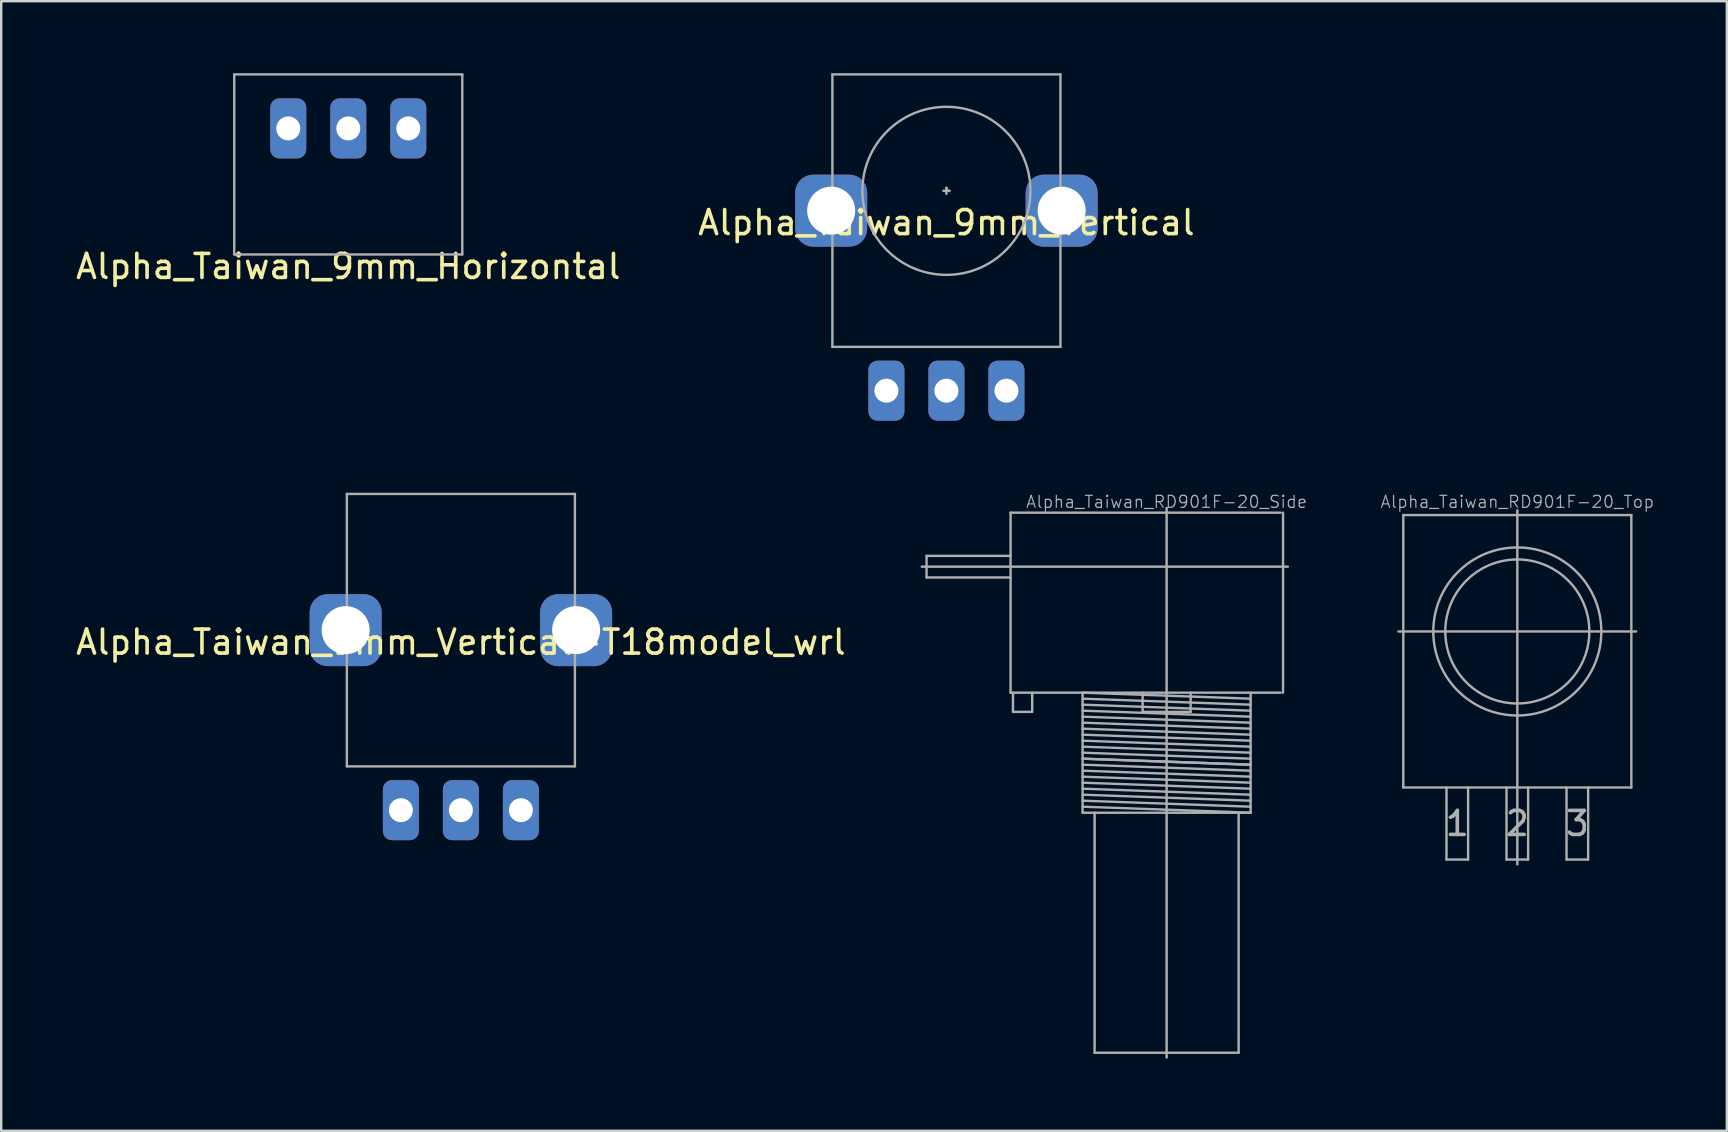
<source format=kicad_pcb>
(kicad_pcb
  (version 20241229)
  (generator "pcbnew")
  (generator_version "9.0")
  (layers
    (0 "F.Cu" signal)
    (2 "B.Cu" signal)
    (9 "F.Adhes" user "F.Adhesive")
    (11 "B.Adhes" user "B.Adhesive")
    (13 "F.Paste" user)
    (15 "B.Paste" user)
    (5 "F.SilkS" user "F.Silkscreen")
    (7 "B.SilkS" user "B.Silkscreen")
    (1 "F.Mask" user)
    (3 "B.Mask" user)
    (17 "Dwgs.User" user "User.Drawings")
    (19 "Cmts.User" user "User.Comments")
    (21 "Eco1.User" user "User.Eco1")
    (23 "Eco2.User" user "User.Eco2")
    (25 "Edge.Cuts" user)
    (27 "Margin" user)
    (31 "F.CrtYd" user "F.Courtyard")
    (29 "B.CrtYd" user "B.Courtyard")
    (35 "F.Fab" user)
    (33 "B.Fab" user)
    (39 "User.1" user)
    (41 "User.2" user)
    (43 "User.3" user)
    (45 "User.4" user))
  (footprint "Alpha_Taiwan_9mm_Vertical-T18model_wrl"
    (layer "F.Cu")
    (at 16.149 23.2)
    (property "Reference" "Alpha_Taiwan_9mm_Vertical-T18model_wrl" (at 0 0.5 0) (layer "F.SilkS") (effects (font (size 1 1) (thickness 0.15))))
    (attr through_hole)
    (fp_line (start -4.75 -5.675) (end 4.75 -5.675) (stroke (width 0.1) (type solid)) (layer "F.Fab"))
    (fp_line (start -4.75 5.675) (end -4.75 -5.675) (stroke (width 0.1) (type solid)) (layer "F.Fab"))
    (fp_line (start 4.75 -5.675) (end 4.75 5.675) (stroke (width 0.1) (type solid)) (layer "F.Fab"))
    (fp_line (start 4.75 5.675) (end -4.75 5.675) (stroke (width 0.1) (type solid)) (layer "F.Fab"))
    (pad "1" thru_hole roundrect (at -2.5 7.5) (size 1.5 2.5) (drill 1) (layers "*.Cu" "*.Mask") (roundrect_rratio 0.25))
    (pad "2" thru_hole roundrect (at 0 7.5) (size 1.5 2.5) (drill 1) (layers "*.Cu" "*.Mask") (roundrect_rratio 0.25))
    (pad "3" thru_hole roundrect (at 2.5 7.5) (size 1.5 2.5) (drill 1) (layers "*.Cu" "*.Mask") (roundrect_rratio 0.25))
    (pad "MH" thru_hole roundrect (at -4.8 0) (size 3 3) (drill 2) (layers "*.Cu" "*.Mask") (roundrect_rratio 0.25))
    (pad "MH" thru_hole roundrect (at 4.8 0) (size 3 3) (drill 2) (layers "*.Cu" "*.Mask") (roundrect_rratio 0.25)))
  (footprint "Alpha_Taiwan_RD901F-20_Side"
    (layer "F.Cu")
    (at 45.548 20.555)
    (property "Reference" "Alpha_Taiwan_RD901F-20_Side" (at 0 -2.7 0) (layer "F.Fab") (effects (font (size 0.5 0.5) (thickness 0.05))))
    (attr through_hole)
    (fp_line (start -10.2 0) (end 5.05 0) (stroke (width 0.1) (type solid)) (layer "F.Fab"))
    (fp_line (start -10 -0.45) (end -10 0.45) (stroke (width 0.1) (type solid)) (layer "F.Fab"))
    (fp_line (start -10 0.45) (end -6.5 0.45) (stroke (width 0.1) (type solid)) (layer "F.Fab"))
    (fp_line (start -6.5 -2.25) (end -6.5 5.25) (stroke (width 0.1) (type solid)) (layer "F.Fab"))
    (fp_line (start -6.5 -0.45) (end -10 -0.45) (stroke (width 0.1) (type solid)) (layer "F.Fab"))
    (fp_line (start -6.5 5.25) (end 4.75 5.25) (stroke (width 0.1) (type solid)) (layer "F.Fab"))
    (fp_line (start -6.4 6.05) (end -6.4 5.25) (stroke (width 0.1) (type solid)) (layer "F.Fab"))
    (fp_line (start -5.6 5.25) (end -5.6 6.05) (stroke (width 0.1) (type solid)) (layer "F.Fab"))
    (fp_line (start -5.6 6.05) (end -6.4 6.05) (stroke (width 0.1) (type solid)) (layer "F.Fab"))
    (fp_line (start -3.5 5.25) (end -3.5 10.25) (stroke (width 0.1) (type solid)) (layer "F.Fab"))
    (fp_line (start -3.5 5.25) (end 3.5 5.5) (stroke (width 0.1) (type solid)) (layer "F.Fab"))
    (fp_line (start -3.5 5.5) (end 3.5 5.75) (stroke (width 0.1) (type solid)) (layer "F.Fab"))
    (fp_line (start -3.5 5.75) (end 3.5 6) (stroke (width 0.1) (type solid)) (layer "F.Fab"))
    (fp_line (start -3.5 10.25) (end 3.5 10.25) (stroke (width 0.1) (type solid)) (layer "F.Fab"))
    (fp_line (start -3 10.25) (end -3 20.25) (stroke (width 0.1) (type solid)) (layer "F.Fab"))
    (fp_line (start -3 20.25) (end 3 20.25) (stroke (width 0.1) (type solid)) (layer "F.Fab"))
    (fp_line (start -1 5.25) (end -1 6.05) (stroke (width 0.1) (type solid)) (layer "F.Fab"))
    (fp_line (start -1 6.05) (end 1 6.05) (stroke (width 0.1) (type solid)) (layer "F.Fab"))
    (fp_line (start 0 -2.45) (end 0 20.45) (stroke (width 0.1) (type solid)) (layer "F.Fab"))
    (fp_line (start 1 6.05) (end 1 5.25) (stroke (width 0.1) (type solid)) (layer "F.Fab"))
    (fp_line (start 3 20.25) (end 3 10.25) (stroke (width 0.1) (type solid)) (layer "F.Fab"))
    (fp_line (start 3.5 6.25) (end -3.5 6) (stroke (width 0.1) (type solid)) (layer "F.Fab"))
    (fp_line (start 3.5 6.5) (end -3.5 6.25) (stroke (width 0.1) (type solid)) (layer "F.Fab"))
    (fp_line (start 3.5 6.75) (end -3.5 6.5) (stroke (width 0.1) (type solid)) (layer "F.Fab"))
    (fp_line (start 3.5 7) (end -3.5 6.75) (stroke (width 0.1) (type solid)) (layer "F.Fab"))
    (fp_line (start 3.5 7.25) (end -3.5 7) (stroke (width 0.1) (type solid)) (layer "F.Fab"))
    (fp_line (start 3.5 7.5) (end -3.5 7.25) (stroke (width 0.1) (type solid)) (layer "F.Fab"))
    (fp_line (start 3.5 7.75) (end -3.5 7.5) (stroke (width 0.1) (type solid)) (layer "F.Fab"))
    (fp_line (start 3.5 8) (end -3.5 7.75) (stroke (width 0.1) (type solid)) (layer "F.Fab"))
    (fp_line (start 3.5 8.25) (end -3.5 8) (stroke (width 0.1) (type solid)) (layer "F.Fab"))
    (fp_line (start 3.5 8.25) (end -3.5 8) (stroke (width 0.1) (type solid)) (layer "F.Fab"))
    (fp_line (start 3.5 8.5) (end -3.5 8.25) (stroke (width 0.1) (type solid)) (layer "F.Fab"))
    (fp_line (start 3.5 8.75) (end -3.5 8.5) (stroke (width 0.1) (type solid)) (layer "F.Fab"))
    (fp_line (start 3.5 9) (end -3.5 8.75) (stroke (width 0.1) (type solid)) (layer "F.Fab"))
    (fp_line (start 3.5 9.25) (end -3.5 9) (stroke (width 0.1) (type solid)) (layer "F.Fab"))
    (fp_line (start 3.5 9.5) (end -3.5 9.25) (stroke (width 0.1) (type solid)) (layer "F.Fab"))
    (fp_line (start 3.5 9.75) (end -3.5 9.5) (stroke (width 0.1) (type solid)) (layer "F.Fab"))
    (fp_line (start 3.5 10) (end -3.5 9.75) (stroke (width 0.1) (type solid)) (layer "F.Fab"))
    (fp_line (start 3.5 10.25) (end -3.5 10) (stroke (width 0.1) (type solid)) (layer "F.Fab"))
    (fp_line (start 3.5 10.25) (end 3.5 5.25) (stroke (width 0.1) (type solid)) (layer "F.Fab"))
    (fp_line (start 4.75 -2.25) (end -6.5 -2.25) (stroke (width 0.1) (type solid)) (layer "F.Fab"))
    (fp_line (start 4.85 5.25) (end 4.85 -2.25) (stroke (width 0.1) (type solid)) (layer "F.Fab")))
  (footprint "Alpha_Taiwan_9mm_Horizontal"
    (layer "F.Cu")
    (at 11.458 2.3)
    (property "Reference" "Alpha_Taiwan_9mm_Horizontal" (at 0 5.75 0) (layer "F.SilkS") (effects (font (size 1 1) (thickness 0.15))))
    (attr through_hole)
    (fp_line (start -4.75 -2.25) (end -4.75 5.25) (stroke (width 0.1) (type solid)) (layer "F.Fab"))
    (fp_line (start -4.75 5.25) (end 4.75 5.25) (stroke (width 0.1) (type solid)) (layer "F.Fab"))
    (fp_line (start 4.75 -2.25) (end -4.75 -2.25) (stroke (width 0.1) (type solid)) (layer "F.Fab"))
    (fp_line (start 4.75 5.25) (end 4.75 -2.25) (stroke (width 0.1) (type solid)) (layer "F.Fab"))
    (pad "1" thru_hole roundrect (at -2.5 0) (size 1.5 2.5) (drill 1) (layers "*.Cu" "*.Mask") (roundrect_rratio 0.25))
    (pad "2" thru_hole roundrect (at 0 0) (size 1.5 2.5) (drill 1) (layers "*.Cu" "*.Mask") (roundrect_rratio 0.25))
    (pad "3" thru_hole roundrect (at 2.5 0) (size 1.5 2.5) (drill 1) (layers "*.Cu" "*.Mask") (roundrect_rratio 0.25)))
  (footprint "Alpha_Taiwan_9mm_Vertical"
    (layer "F.Cu")
    (at 36.375 5.725)
    (property "Reference" "Alpha_Taiwan_9mm_Vertical" (at 0 0.5 0) (layer "F.SilkS") (effects (font (size 1 1) (thickness 0.15))))
    (attr through_hole)
    (fp_line (start -4.75 -5.675) (end 4.75 -5.675) (stroke (width 0.1) (type solid)) (layer "F.Fab"))
    (fp_line (start -4.75 5.675) (end -4.75 -5.675) (stroke (width 0.1) (type solid)) (layer "F.Fab"))
    (fp_line (start 0 -0.95) (end 0 -0.7) (stroke (width 0.1) (type solid)) (layer "F.Fab"))
    (fp_line (start 0 -0.825) (end 0 -0.95) (stroke (width 0.1) (type solid)) (layer "F.Fab"))
    (fp_line (start 0 -0.825) (end 0.125 -0.825) (stroke (width 0.1) (type solid)) (layer "F.Fab"))
    (fp_line (start 0.125 -0.825) (end -0.125 -0.825) (stroke (width 0.1) (type solid)) (layer "F.Fab"))
    (fp_line (start 4.75 -5.675) (end 4.75 5.675) (stroke (width 0.1) (type solid)) (layer "F.Fab"))
    (fp_line (start 4.75 5.675) (end -4.75 5.675) (stroke (width 0.1) (type solid)) (layer "F.Fab"))
    (fp_circle (center 0 -0.825) (end 0 2.675) (stroke (width 0.1) (type solid)) (fill no) (layer "F.Fab"))
    (pad "1" thru_hole roundrect (at -2.5 7.5) (size 1.5 2.5) (drill 1) (layers "*.Cu" "*.Mask") (roundrect_rratio 0.25))
    (pad "2" thru_hole roundrect (at 0 7.5) (size 1.5 2.5) (drill 1) (layers "*.Cu" "*.Mask") (roundrect_rratio 0.25))
    (pad "3" thru_hole roundrect (at 2.5 7.5) (size 1.5 2.5) (drill 1) (layers "*.Cu" "*.Mask") (roundrect_rratio 0.25))
    (pad "MH" thru_hole roundrect (at -4.8 0) (size 3 3) (drill 2) (layers "*.Cu" "*.Mask") (roundrect_rratio 0.25))
    (pad "MH" thru_hole roundrect (at 4.8 0) (size 3 3) (drill 2) (layers "*.Cu" "*.Mask") (roundrect_rratio 0.25)))
  (footprint "Alpha_Taiwan_RD901F-20_Top"
    (layer "F.Cu")
    (at 60.157 23.255)
    (property "Reference" "Alpha_Taiwan_RD901F-20_Top" (at 0 -5.4 0) (layer "F.Fab") (effects (font (size 0.5 0.5) (thickness 0.05))))
    (attr through_hole)
    (fp_line (start -4.95 0) (end 4.95 0) (stroke (width 0.1) (type solid)) (layer "F.Fab"))
    (fp_line (start -4.75 -4.85) (end -4.75 6.5) (stroke (width 0.1) (type solid)) (layer "F.Fab"))
    (fp_line (start -4.75 6.5) (end 4.75 6.5) (stroke (width 0.1) (type solid)) (layer "F.Fab"))
    (fp_line (start -2.95 9.5) (end -2.95 6.5) (stroke (width 0.1) (type solid)) (layer "F.Fab"))
    (fp_line (start -2.05 6.5) (end -2.05 9.5) (stroke (width 0.1) (type solid)) (layer "F.Fab"))
    (fp_line (start -2.05 9.5) (end -2.95 9.5) (stroke (width 0.1) (type solid)) (layer "F.Fab"))
    (fp_line (start -0.45 6.5) (end -0.45 9.5) (stroke (width 0.1) (type solid)) (layer "F.Fab"))
    (fp_line (start -0.45 9.5) (end 0.45 9.5) (stroke (width 0.1) (type solid)) (layer "F.Fab"))
    (fp_line (start 0 -5.05) (end 0 9.7) (stroke (width 0.1) (type solid)) (layer "F.Fab"))
    (fp_line (start 0.45 9.5) (end 0.45 6.5) (stroke (width 0.1) (type solid)) (layer "F.Fab"))
    (fp_line (start 2.05 6.5) (end 2.05 9.5) (stroke (width 0.1) (type solid)) (layer "F.Fab"))
    (fp_line (start 2.05 9.5) (end 2.95 9.5) (stroke (width 0.1) (type solid)) (layer "F.Fab"))
    (fp_line (start 2.95 9.5) (end 2.95 6.5) (stroke (width 0.1) (type solid)) (layer "F.Fab"))
    (fp_line (start 4.75 -4.85) (end -4.75 -4.85) (stroke (width 0.1) (type solid)) (layer "F.Fab"))
    (fp_line (start 4.75 6.5) (end 4.75 -4.85) (stroke (width 0.1) (type solid)) (layer "F.Fab"))
    (fp_circle (center 0 0) (end 3 0) (stroke (width 0.1) (type solid)) (fill no) (layer "F.Fab"))
    (fp_circle (center 0 0) (end 3.5 0) (stroke (width 0.1) (type solid)) (fill no) (layer "F.Fab"))
    (fp_text user "2" (at 0 8 0) (layer "F.Fab") (effects (font (size 1 1) (thickness 0.15))))
    (fp_text user "3" (at 2.5 8 0) (layer "F.Fab") (effects (font (size 1 1) (thickness 0.15))))
    (fp_text user "1" (at -2.5 8 0) (layer "F.Fab") (effects (font (size 1 1) (thickness 0.15)))))
  (gr_rect
    (start -3 -3)
    (end 68.885 44.055)
    (stroke (width 0.1) (type default))
    (fill no)
    (layer "Edge.Cuts")))
</source>
